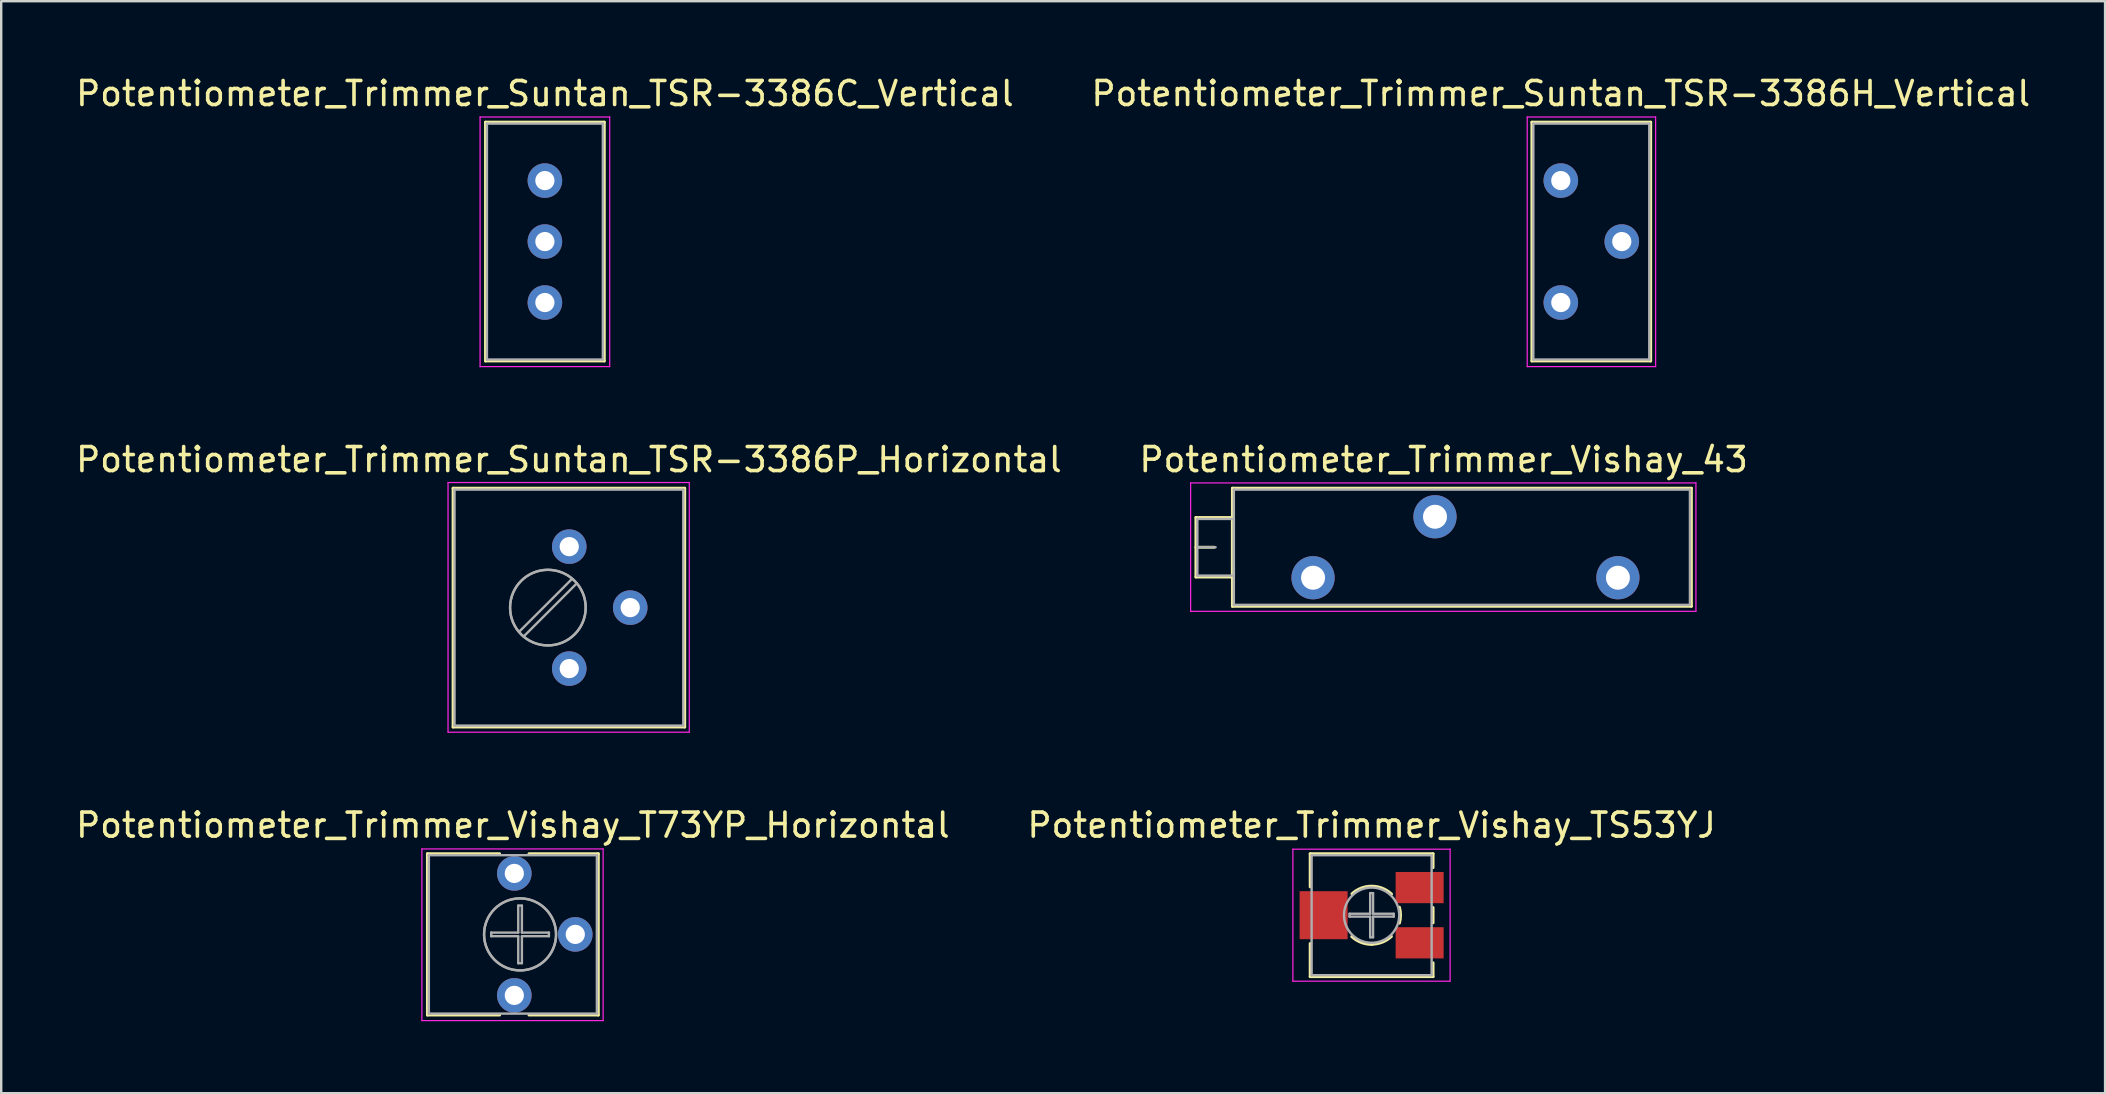
<source format=kicad_pcb>
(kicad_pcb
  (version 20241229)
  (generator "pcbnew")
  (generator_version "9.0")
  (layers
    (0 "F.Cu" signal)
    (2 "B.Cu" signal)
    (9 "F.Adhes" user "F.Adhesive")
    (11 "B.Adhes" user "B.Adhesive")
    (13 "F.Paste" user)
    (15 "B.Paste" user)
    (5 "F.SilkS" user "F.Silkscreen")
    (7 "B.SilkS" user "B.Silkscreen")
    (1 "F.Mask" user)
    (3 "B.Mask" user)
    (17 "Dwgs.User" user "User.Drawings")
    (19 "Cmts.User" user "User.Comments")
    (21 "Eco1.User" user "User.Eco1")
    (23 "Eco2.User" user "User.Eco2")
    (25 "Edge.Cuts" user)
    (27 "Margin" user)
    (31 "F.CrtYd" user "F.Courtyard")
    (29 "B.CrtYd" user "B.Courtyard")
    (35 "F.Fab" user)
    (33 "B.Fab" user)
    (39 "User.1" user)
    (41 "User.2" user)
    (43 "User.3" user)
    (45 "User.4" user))
  (footprint "Potentiometer_Trimmer_Suntan_TSR-3386H_Vertical"
    (layer "F.Cu")
    (at 61.97 4.473)
    (property "Reference" "Potentiometer_Trimmer_Suntan_TSR-3386H_Vertical" (at 0 -3.625 0) (layer "F.SilkS") (effects (font (size 1 1) (thickness 0.15))))
    (attr through_hole)
    (fp_line (start -1.205 -2.435) (end -1.205 7.515) (stroke (width 0.12) (type solid)) (layer "F.SilkS"))
    (fp_line (start -1.205 -2.435) (end 3.745 -2.435) (stroke (width 0.12) (type solid)) (layer "F.SilkS"))
    (fp_line (start -1.205 7.515) (end 3.745 7.515) (stroke (width 0.12) (type solid)) (layer "F.SilkS"))
    (fp_line (start 3.745 -2.435) (end 3.745 7.515) (stroke (width 0.12) (type solid)) (layer "F.SilkS"))
    (fp_line (start -1.4 -2.65) (end -1.4 7.75) (stroke (width 0.05) (type solid)) (layer "F.CrtYd"))
    (fp_line (start -1.4 7.75) (end 3.95 7.75) (stroke (width 0.05) (type solid)) (layer "F.CrtYd"))
    (fp_line (start 3.95 -2.65) (end -1.4 -2.65) (stroke (width 0.05) (type solid)) (layer "F.CrtYd"))
    (fp_line (start 3.95 7.75) (end 3.95 -2.65) (stroke (width 0.05) (type solid)) (layer "F.CrtYd"))
    (fp_line (start -1.145 -2.375) (end 3.685 -2.375) (stroke (width 0.1) (type solid)) (layer "F.Fab"))
    (fp_line (start -1.145 7.455) (end -1.145 -2.375) (stroke (width 0.1) (type solid)) (layer "F.Fab"))
    (fp_line (start 3.685 -2.375) (end 3.685 7.455) (stroke (width 0.1) (type solid)) (layer "F.Fab"))
    (fp_line (start 3.685 7.455) (end -1.145 7.455) (stroke (width 0.1) (type solid)) (layer "F.Fab"))
    (pad "1" thru_hole circle (at 0 0) (size 1.44 1.44) (drill 0.8) (layers "*.Cu" "*.Mask"))
    (pad "2" thru_hole circle (at 2.54 2.54) (size 1.44 1.44) (drill 0.8) (layers "*.Cu" "*.Mask"))
    (pad "3" thru_hole circle (at 0 5.08) (size 1.44 1.44) (drill 0.8) (layers "*.Cu" "*.Mask")))
  (footprint "Potentiometer_Trimmer_Vishay_T73YP_Horizontal"
    (layer "F.Cu")
    (at 18.375 38.415)
    (property "Reference" "Potentiometer_Trimmer_Vishay_T73YP_Horizontal" (at -0.06 -7.09 0) (layer "F.SilkS") (effects (font (size 1 1) (thickness 0.15))))
    (attr through_hole)
    (fp_line (start -3.62 -5.9) (end -3.62 0.82) (stroke (width 0.12) (type solid)) (layer "F.SilkS"))
    (fp_line (start -3.62 -5.9) (end -0.611 -5.9) (stroke (width 0.12) (type solid)) (layer "F.SilkS"))
    (fp_line (start -3.62 0.82) (end -0.611 0.82) (stroke (width 0.12) (type solid)) (layer "F.SilkS"))
    (fp_line (start 0.611 -5.9) (end 3.5 -5.9) (stroke (width 0.12) (type solid)) (layer "F.SilkS"))
    (fp_line (start 0.611 0.82) (end 3.5 0.82) (stroke (width 0.12) (type solid)) (layer "F.SilkS"))
    (fp_line (start 3.5 -5.9) (end 3.5 0.82) (stroke (width 0.12) (type solid)) (layer "F.SilkS"))
    (fp_line (start -3.85 -6.1) (end -3.85 1.05) (stroke (width 0.05) (type solid)) (layer "F.CrtYd"))
    (fp_line (start -3.85 1.05) (end 3.7 1.05) (stroke (width 0.05) (type solid)) (layer "F.CrtYd"))
    (fp_line (start 3.7 -6.1) (end -3.85 -6.1) (stroke (width 0.05) (type solid)) (layer "F.CrtYd"))
    (fp_line (start 3.7 1.05) (end 3.7 -6.1) (stroke (width 0.05) (type solid)) (layer "F.CrtYd"))
    (fp_line (start -3.56 -5.84) (end -3.56 0.76) (stroke (width 0.1) (type solid)) (layer "F.Fab"))
    (fp_line (start -3.56 0.76) (end 3.44 0.76) (stroke (width 0.1) (type solid)) (layer "F.Fab"))
    (fp_line (start -0.961 -2.616) (end 0.164 -2.616) (stroke (width 0.1) (type solid)) (layer "F.Fab"))
    (fp_line (start -0.961 -2.464) (end -0.961 -2.616) (stroke (width 0.1) (type solid)) (layer "F.Fab"))
    (fp_line (start 0.164 -3.741) (end 0.316 -3.741) (stroke (width 0.1) (type solid)) (layer "F.Fab"))
    (fp_line (start 0.164 -2.616) (end 0.164 -3.741) (stroke (width 0.1) (type solid)) (layer "F.Fab"))
    (fp_line (start 0.164 -2.464) (end -0.961 -2.464) (stroke (width 0.1) (type solid)) (layer "F.Fab"))
    (fp_line (start 0.164 -1.339) (end 0.164 -2.464) (stroke (width 0.1) (type solid)) (layer "F.Fab"))
    (fp_line (start 0.316 -3.741) (end 0.316 -2.616) (stroke (width 0.1) (type solid)) (layer "F.Fab"))
    (fp_line (start 0.316 -2.616) (end 1.441 -2.616) (stroke (width 0.1) (type solid)) (layer "F.Fab"))
    (fp_line (start 0.316 -2.464) (end 0.316 -1.339) (stroke (width 0.1) (type solid)) (layer "F.Fab"))
    (fp_line (start 0.316 -1.339) (end 0.164 -1.339) (stroke (width 0.1) (type solid)) (layer "F.Fab"))
    (fp_line (start 1.441 -2.616) (end 1.441 -2.464) (stroke (width 0.1) (type solid)) (layer "F.Fab"))
    (fp_line (start 1.441 -2.464) (end 0.316 -2.464) (stroke (width 0.1) (type solid)) (layer "F.Fab"))
    (fp_line (start 3.44 -5.84) (end -3.56 -5.84) (stroke (width 0.1) (type solid)) (layer "F.Fab"))
    (fp_line (start 3.44 0.76) (end 3.44 -5.84) (stroke (width 0.1) (type solid)) (layer "F.Fab"))
    (fp_circle (center 0.24 -2.54) (end 1.74 -2.54) (stroke (width 0.1) (type solid)) (fill no) (layer "F.Fab"))
    (fp_circle (center 0.24 -2.54) (end 1.74 -2.54) (stroke (width 0.1) (type solid)) (fill no) (layer "F.Fab"))
    (pad "1" thru_hole circle (at 0 0) (size 1.44 1.44) (drill 0.8) (layers "*.Cu" "*.Mask"))
    (pad "2" thru_hole circle (at 2.54 -2.54) (size 1.44 1.44) (drill 0.8) (layers "*.Cu" "*.Mask"))
    (pad "3" thru_hole circle (at 0 -5.08) (size 1.44 1.44) (drill 0.8) (layers "*.Cu" "*.Mask")))
  (footprint "Potentiometer_Trimmer_Suntan_TSR-3386C_Vertical"
    (layer "F.Cu")
    (at 19.649 4.473)
    (property "Reference" "Potentiometer_Trimmer_Suntan_TSR-3386C_Vertical" (at 0 -3.625 0) (layer "F.SilkS") (effects (font (size 1 1) (thickness 0.15))))
    (attr through_hole)
    (fp_line (start -2.475 -2.435) (end -2.475 7.515) (stroke (width 0.12) (type solid)) (layer "F.SilkS"))
    (fp_line (start -2.475 -2.435) (end 2.475 -2.435) (stroke (width 0.12) (type solid)) (layer "F.SilkS"))
    (fp_line (start -2.475 7.515) (end 2.475 7.515) (stroke (width 0.12) (type solid)) (layer "F.SilkS"))
    (fp_line (start 2.475 -2.435) (end 2.475 7.515) (stroke (width 0.12) (type solid)) (layer "F.SilkS"))
    (fp_line (start -2.7 -2.65) (end -2.7 7.75) (stroke (width 0.05) (type solid)) (layer "F.CrtYd"))
    (fp_line (start -2.7 7.75) (end 2.7 7.75) (stroke (width 0.05) (type solid)) (layer "F.CrtYd"))
    (fp_line (start 2.7 -2.65) (end -2.7 -2.65) (stroke (width 0.05) (type solid)) (layer "F.CrtYd"))
    (fp_line (start 2.7 7.75) (end 2.7 -2.65) (stroke (width 0.05) (type solid)) (layer "F.CrtYd"))
    (fp_line (start -2.415 -2.375) (end 2.415 -2.375) (stroke (width 0.1) (type solid)) (layer "F.Fab"))
    (fp_line (start -2.415 7.455) (end -2.415 -2.375) (stroke (width 0.1) (type solid)) (layer "F.Fab"))
    (fp_line (start 2.415 -2.375) (end 2.415 7.455) (stroke (width 0.1) (type solid)) (layer "F.Fab"))
    (fp_line (start 2.415 7.455) (end -2.415 7.455) (stroke (width 0.1) (type solid)) (layer "F.Fab"))
    (pad "1" thru_hole circle (at 0 0) (size 1.44 1.44) (drill 0.8) (layers "*.Cu" "*.Mask"))
    (pad "2" thru_hole circle (at 0 2.54) (size 1.44 1.44) (drill 0.8) (layers "*.Cu" "*.Mask"))
    (pad "3" thru_hole circle (at 0 5.08) (size 1.44 1.44) (drill 0.8) (layers "*.Cu" "*.Mask")))
  (footprint "Potentiometer_Trimmer_Vishay_43"
    (layer "F.Cu")
    (at 64.349 21.017)
    (property "Reference" "Potentiometer_Trimmer_Vishay_43" (at -7.26 -4.92 0) (layer "F.SilkS") (effects (font (size 1 1) (thickness 0.15))))
    (attr through_hole)
    (fp_line (start -17.58 -2.51) (end -17.58 -0.03) (stroke (width 0.12) (type solid)) (layer "F.SilkS"))
    (fp_line (start -17.58 -2.51) (end -16.061 -2.51) (stroke (width 0.12) (type solid)) (layer "F.SilkS"))
    (fp_line (start -17.58 -1.27) (end -16.82 -1.27) (stroke (width 0.12) (type solid)) (layer "F.SilkS"))
    (fp_line (start -17.58 -0.03) (end -16.061 -0.03) (stroke (width 0.12) (type solid)) (layer "F.SilkS"))
    (fp_line (start -16.061 -2.51) (end -16.061 -0.03) (stroke (width 0.12) (type solid)) (layer "F.SilkS"))
    (fp_line (start -16.06 -3.73) (end -16.06 1.19) (stroke (width 0.12) (type solid)) (layer "F.SilkS"))
    (fp_line (start -16.06 -3.73) (end 3.061 -3.73) (stroke (width 0.12) (type solid)) (layer "F.SilkS"))
    (fp_line (start -16.06 1.19) (end 3.061 1.19) (stroke (width 0.12) (type solid)) (layer "F.SilkS"))
    (fp_line (start 3.061 -3.73) (end 3.061 1.19) (stroke (width 0.12) (type solid)) (layer "F.SilkS"))
    (fp_line (start -17.8 -3.95) (end -17.8 1.4) (stroke (width 0.05) (type solid)) (layer "F.CrtYd"))
    (fp_line (start -17.8 1.4) (end 3.25 1.4) (stroke (width 0.05) (type solid)) (layer "F.CrtYd"))
    (fp_line (start 3.25 -3.95) (end -17.8 -3.95) (stroke (width 0.05) (type solid)) (layer "F.CrtYd"))
    (fp_line (start 3.25 1.4) (end 3.25 -3.95) (stroke (width 0.05) (type solid)) (layer "F.CrtYd"))
    (fp_line (start -17.52 -2.45) (end -17.52 -0.09) (stroke (width 0.1) (type solid)) (layer "F.Fab"))
    (fp_line (start -17.52 -1.27) (end -16.76 -1.27) (stroke (width 0.1) (type solid)) (layer "F.Fab"))
    (fp_line (start -17.52 -0.09) (end -16 -0.09) (stroke (width 0.1) (type solid)) (layer "F.Fab"))
    (fp_line (start -16 -3.67) (end -16 1.13) (stroke (width 0.1) (type solid)) (layer "F.Fab"))
    (fp_line (start -16 -2.45) (end -17.52 -2.45) (stroke (width 0.1) (type solid)) (layer "F.Fab"))
    (fp_line (start -16 -0.09) (end -16 -2.45) (stroke (width 0.1) (type solid)) (layer "F.Fab"))
    (fp_line (start -16 1.13) (end 3 1.13) (stroke (width 0.1) (type solid)) (layer "F.Fab"))
    (fp_line (start 3 -3.67) (end -16 -3.67) (stroke (width 0.1) (type solid)) (layer "F.Fab"))
    (fp_line (start 3 1.13) (end 3 -3.67) (stroke (width 0.1) (type solid)) (layer "F.Fab"))
    (pad "1" thru_hole circle (at 0 0) (size 1.8 1.8) (drill 1) (layers "*.Cu" "*.Mask"))
    (pad "2" thru_hole circle (at -7.62 -2.54) (size 1.8 1.8) (drill 1) (layers "*.Cu" "*.Mask"))
    (pad "3" thru_hole circle (at -12.7 0) (size 1.8 1.8) (drill 1) (layers "*.Cu" "*.Mask")))
  (footprint "Potentiometer_Trimmer_Suntan_TSR-3386P_Horizontal"
    (layer "F.Cu")
    (at 20.664 24.802)
    (property "Reference" "Potentiometer_Trimmer_Suntan_TSR-3386P_Horizontal" (at -0.015 -8.705 0) (layer "F.SilkS") (effects (font (size 1 1) (thickness 0.15))))
    (attr through_hole)
    (fp_line (start -4.84 -7.515) (end -4.84 2.435) (stroke (width 0.12) (type solid)) (layer "F.SilkS"))
    (fp_line (start -4.84 -7.515) (end 4.81 -7.515) (stroke (width 0.12) (type solid)) (layer "F.SilkS"))
    (fp_line (start -4.84 2.435) (end 4.81 2.435) (stroke (width 0.12) (type solid)) (layer "F.SilkS"))
    (fp_line (start 4.81 -7.515) (end 4.81 2.435) (stroke (width 0.12) (type solid)) (layer "F.SilkS"))
    (fp_line (start -5.05 -7.75) (end -5.05 2.65) (stroke (width 0.05) (type solid)) (layer "F.CrtYd"))
    (fp_line (start -5.05 2.65) (end 5 2.65) (stroke (width 0.05) (type solid)) (layer "F.CrtYd"))
    (fp_line (start 5 -7.75) (end -5.05 -7.75) (stroke (width 0.05) (type solid)) (layer "F.CrtYd"))
    (fp_line (start 5 2.65) (end 5 -7.75) (stroke (width 0.05) (type solid)) (layer "F.CrtYd"))
    (fp_line (start -4.78 -7.455) (end -4.78 2.375) (stroke (width 0.1) (type solid)) (layer "F.Fab"))
    (fp_line (start -4.78 2.375) (end 4.75 2.375) (stroke (width 0.1) (type solid)) (layer "F.Fab"))
    (fp_line (start 0.113 -3.734) (end -2.085 -1.537) (stroke (width 0.1) (type solid)) (layer "F.Fab"))
    (fp_line (start 0.305 -3.542) (end -1.893 -1.345) (stroke (width 0.1) (type solid)) (layer "F.Fab"))
    (fp_line (start 4.75 -7.455) (end -4.78 -7.455) (stroke (width 0.1) (type solid)) (layer "F.Fab"))
    (fp_line (start 4.75 2.375) (end 4.75 -7.455) (stroke (width 0.1) (type solid)) (layer "F.Fab"))
    (fp_circle (center -0.891 -2.54) (end 0.684 -2.54) (stroke (width 0.1) (type solid)) (fill no) (layer "F.Fab"))
    (fp_circle (center -0.89 -2.54) (end 0.685 -2.54) (stroke (width 0.1) (type solid)) (fill no) (layer "F.Fab"))
    (pad "1" thru_hole circle (at 0 0) (size 1.44 1.44) (drill 0.8) (layers "*.Cu" "*.Mask"))
    (pad "2" thru_hole circle (at 2.54 -2.54) (size 1.44 1.44) (drill 0.8) (layers "*.Cu" "*.Mask"))
    (pad "3" thru_hole circle (at 0 -5.08) (size 1.44 1.44) (drill 0.8) (layers "*.Cu" "*.Mask")))
  (footprint "Potentiometer_Trimmer_Vishay_TS53YJ"
    (layer "F.Cu")
    (at 54.089 35.075)
    (property "Reference" "Potentiometer_Trimmer_Vishay_TS53YJ" (at 0 -3.75 0) (layer "F.SilkS") (effects (font (size 1 1) (thickness 0.15))))
    (attr smd)
    (fp_line (start -2.56 -2.56) (end -2.56 -1.18) (stroke (width 0.12) (type solid)) (layer "F.SilkS"))
    (fp_line (start -2.56 -2.56) (end 2.56 -2.56) (stroke (width 0.12) (type solid)) (layer "F.SilkS"))
    (fp_line (start -2.56 1.18) (end -2.56 2.56) (stroke (width 0.12) (type solid)) (layer "F.SilkS"))
    (fp_line (start -2.56 2.56) (end 2.56 2.56) (stroke (width 0.12) (type solid)) (layer "F.SilkS"))
    (fp_line (start 2.56 -2.56) (end 2.56 -1.98) (stroke (width 0.12) (type solid)) (layer "F.SilkS"))
    (fp_line (start 2.56 -0.32) (end 2.56 0.32) (stroke (width 0.12) (type solid)) (layer "F.SilkS"))
    (fp_line (start 2.56 1.98) (end 2.56 2.56) (stroke (width 0.12) (type solid)) (layer "F.SilkS"))
    (fp_arc (start -0.819958 -0.889364) (mid 0.006865 -1.20965) (end 0.83 -0.88) (stroke (width 0.12) (type solid)) (layer "F.SilkS"))
    (fp_arc (start 0.021194 1.216779) (mid -0.436163 1.136117) (end -0.83 0.89) (stroke (width 0.12) (type solid)) (layer "F.SilkS"))
    (fp_arc (start 0.825218 0.884938) (mid 0.443466 1.125805) (end 0 1.21) (stroke (width 0.12) (type solid)) (layer "F.SilkS"))
    (fp_arc (start 1.158609 -0.33485) (mid 1.206024 -0.002523) (end 1.16 0.33) (stroke (width 0.12) (type solid)) (layer "F.SilkS"))
    (fp_line (start -3.28 -2.75) (end -3.28 2.75) (stroke (width 0.05) (type solid)) (layer "F.CrtYd"))
    (fp_line (start -3.28 2.75) (end 3.27 2.75) (stroke (width 0.05) (type solid)) (layer "F.CrtYd"))
    (fp_line (start 3.27 -2.75) (end -3.28 -2.75) (stroke (width 0.05) (type solid)) (layer "F.CrtYd"))
    (fp_line (start 3.27 2.75) (end 3.27 -2.75) (stroke (width 0.05) (type solid)) (layer "F.CrtYd"))
    (fp_line (start -2.5 -2.5) (end -2.5 2.5) (stroke (width 0.1) (type solid)) (layer "F.Fab"))
    (fp_line (start -2.5 2.5) (end 2.5 2.5) (stroke (width 0.1) (type solid)) (layer "F.Fab"))
    (fp_line (start -0.92 -0.06) (end -0.06 -0.06) (stroke (width 0.1) (type solid)) (layer "F.Fab"))
    (fp_line (start -0.92 0.06) (end -0.92 -0.06) (stroke (width 0.1) (type solid)) (layer "F.Fab"))
    (fp_line (start -0.06 -0.92) (end 0.06 -0.92) (stroke (width 0.1) (type solid)) (layer "F.Fab"))
    (fp_line (start -0.06 -0.06) (end -0.06 -0.92) (stroke (width 0.1) (type solid)) (layer "F.Fab"))
    (fp_line (start -0.06 0.06) (end -0.92 0.06) (stroke (width 0.1) (type solid)) (layer "F.Fab"))
    (fp_line (start -0.06 0.92) (end -0.06 0.06) (stroke (width 0.1) (type solid)) (layer "F.Fab"))
    (fp_line (start 0.06 -0.92) (end 0.06 -0.06) (stroke (width 0.1) (type solid)) (layer "F.Fab"))
    (fp_line (start 0.06 -0.06) (end 0.92 -0.06) (stroke (width 0.1) (type solid)) (layer "F.Fab"))
    (fp_line (start 0.06 0.06) (end 0.06 0.92) (stroke (width 0.1) (type solid)) (layer "F.Fab"))
    (fp_line (start 0.06 0.92) (end -0.06 0.92) (stroke (width 0.1) (type solid)) (layer "F.Fab"))
    (fp_line (start 0.92 -0.06) (end 0.92 0.06) (stroke (width 0.1) (type solid)) (layer "F.Fab"))
    (fp_line (start 0.92 0.06) (end 0.06 0.06) (stroke (width 0.1) (type solid)) (layer "F.Fab"))
    (fp_line (start 2.5 -2.5) (end -2.5 -2.5) (stroke (width 0.1) (type solid)) (layer "F.Fab"))
    (fp_line (start 2.5 2.5) (end 2.5 -2.5) (stroke (width 0.1) (type solid)) (layer "F.Fab"))
    (fp_circle (center 0 0) (end 1.15 0) (stroke (width 0.1) (type solid)) (fill no) (layer "F.Fab"))
    (pad "1" smd rect (at 2 -1.15) (size 2 1.3) (layers "F.Cu" "F.Mask"))
    (pad "2" smd rect (at -2 0) (size 2 2) (layers "F.Cu" "F.Mask"))
    (pad "3" smd rect (at 2 1.15) (size 2 1.3) (layers "F.Cu" "F.Mask")))
  (gr_rect
    (start -3 -3)
    (end 84.643 42.49)
    (stroke (width 0.1) (type default))
    (fill no)
    (layer "Edge.Cuts")))
</source>
